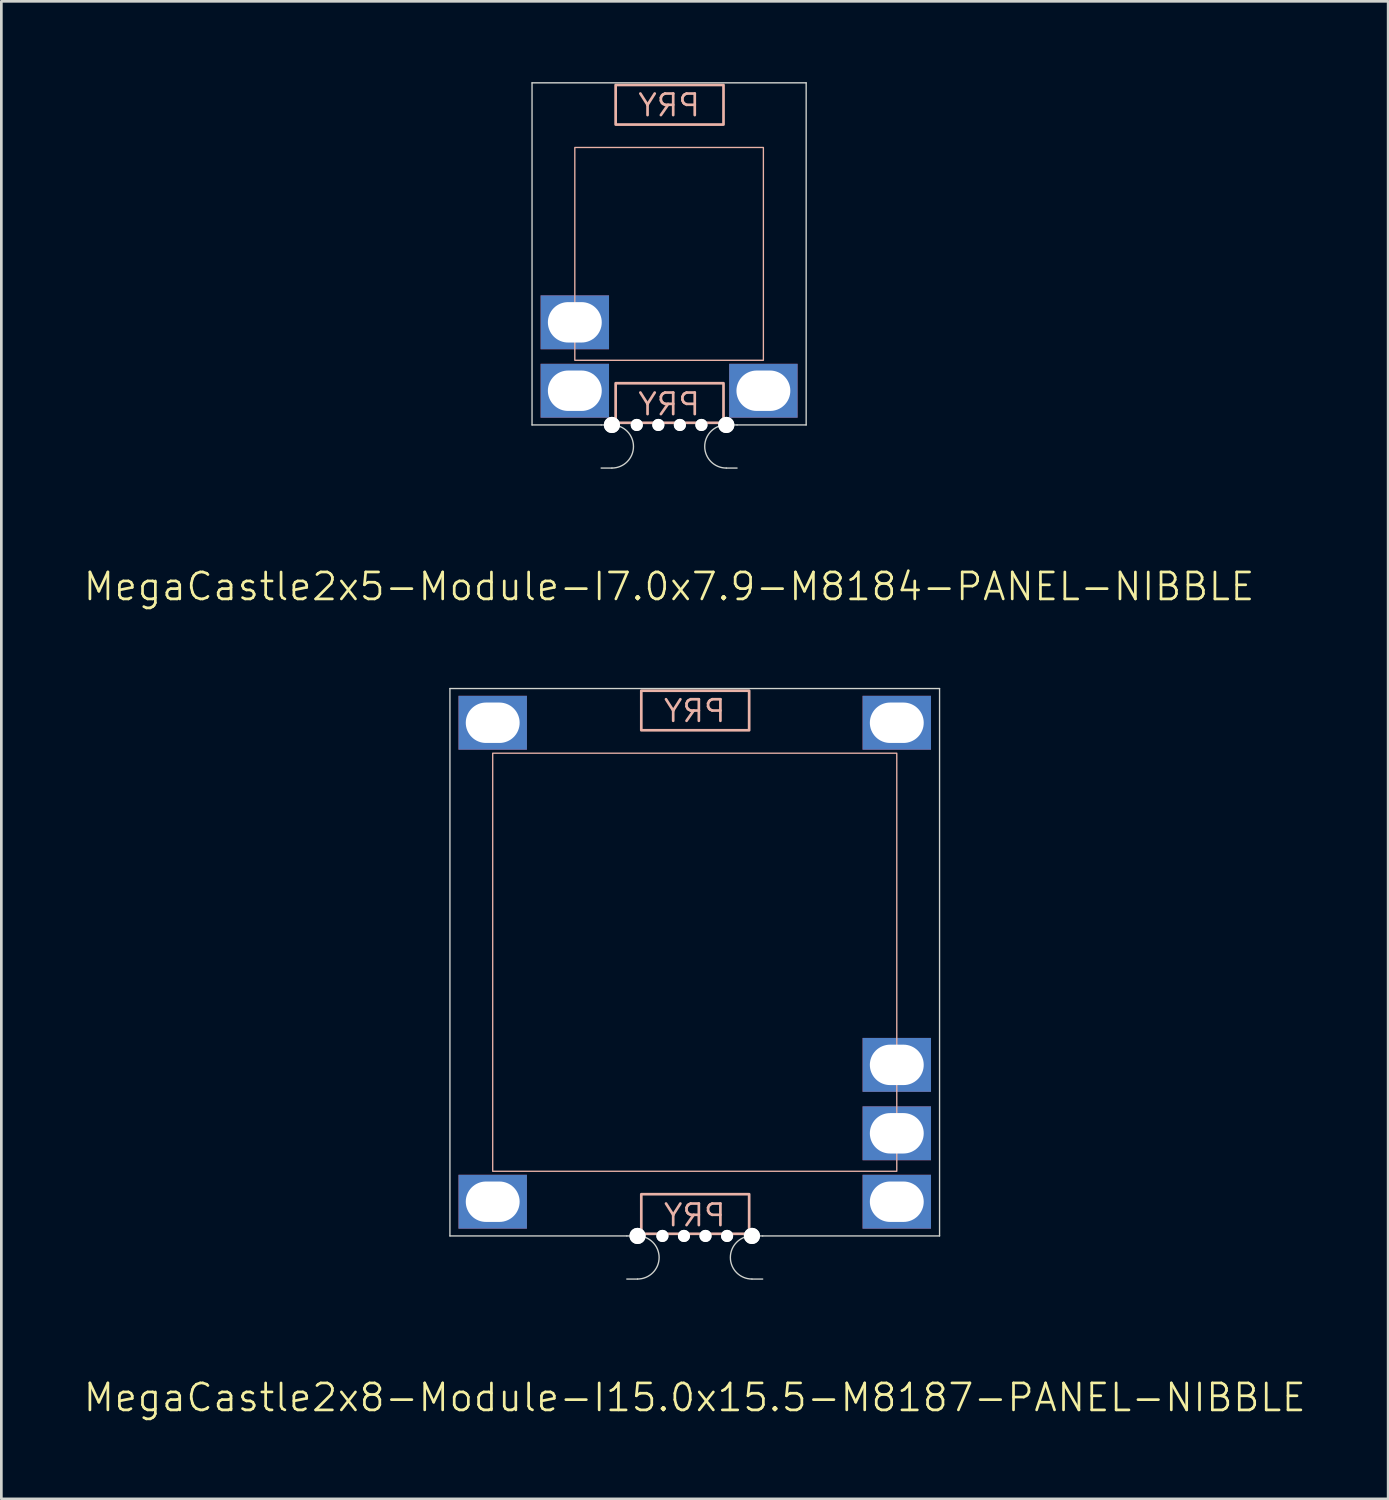
<source format=kicad_pcb>
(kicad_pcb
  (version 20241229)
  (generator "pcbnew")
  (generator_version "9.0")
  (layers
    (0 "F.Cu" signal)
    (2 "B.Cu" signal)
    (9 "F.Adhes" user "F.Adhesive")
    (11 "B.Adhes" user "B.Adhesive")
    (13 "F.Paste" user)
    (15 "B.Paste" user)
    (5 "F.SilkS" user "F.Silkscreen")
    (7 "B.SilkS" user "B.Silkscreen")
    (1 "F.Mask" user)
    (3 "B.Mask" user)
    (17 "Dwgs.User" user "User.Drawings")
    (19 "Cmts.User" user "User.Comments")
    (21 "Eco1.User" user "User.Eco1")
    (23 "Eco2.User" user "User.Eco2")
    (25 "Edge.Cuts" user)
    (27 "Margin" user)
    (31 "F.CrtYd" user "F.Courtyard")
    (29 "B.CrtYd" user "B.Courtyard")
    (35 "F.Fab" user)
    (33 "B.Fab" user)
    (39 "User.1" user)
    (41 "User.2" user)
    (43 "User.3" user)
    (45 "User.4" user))
  (footprint "MegaCastle2x5-Module-I7.0x7.9-M8184-PANEL-NIBBLE"
    (layer "F.Cu")
    (at 21.788 6.375)
    (property "Reference" "MegaCastle2x5-Module-I7.0x7.9-M8184-PANEL-NIBBLE" (at 0 12.35 0) (unlocked yes) (layer "F.SilkS") (effects (font (size 1 1) (thickness 0.1))))
    (attr smd)
    (fp_rect (start -3.5 3.95) (end 3.5 -3.95) (stroke (width 0.05) (type default)) (fill no) (layer "B.SilkS"))
    (fp_rect (start -1.984 -4.801) (end 2.02 -6.27) (stroke (width 0.1) (type default)) (fill no) (layer "B.SilkS"))
    (fp_rect (start -1.984 4.801) (end 2.02 6.27) (stroke (width 0.1) (type default)) (fill no) (layer "B.SilkS"))
    (fp_line (start -5.088 -6.35) (end -5.088 6.35) (stroke (width 0.05) (type default)) (layer "Edge.Cuts"))
    (fp_line (start -5.088 -6.35) (end 5.088 -6.35) (stroke (width 0.05) (type default)) (layer "Edge.Cuts"))
    (fp_line (start -5.088 6.35) (end -2.522 6.35) (stroke (width 0.05) (type default)) (layer "Edge.Cuts"))
    (fp_line (start -2.522 6.35) (end -2.123 6.35) (stroke (width 0.05) (type default)) (layer "Edge.Cuts"))
    (fp_line (start -2.522 7.95) (end -2.123 7.95) (stroke (width 0.05) (type default)) (layer "Edge.Cuts"))
    (fp_line (start 2.522 6.35) (end 2.123 6.35) (stroke (width 0.05) (type default)) (layer "Edge.Cuts"))
    (fp_line (start 2.522 6.35) (end 5.088 6.35) (stroke (width 0.05) (type default)) (layer "Edge.Cuts"))
    (fp_line (start 2.522 7.95) (end 2.123 7.95) (stroke (width 0.05) (type default)) (layer "Edge.Cuts"))
    (fp_line (start 5.088 -6.35) (end 5.088 6.35) (stroke (width 0.05) (type default)) (layer "Edge.Cuts"))
    (fp_arc (start -2.1225 6.35) (mid -1.3225 7.15) (end -2.1225 7.95) (stroke (width 0.05) (type default)) (layer "Edge.Cuts"))
    (fp_arc (start 2.1225 7.95) (mid 1.3225 7.15) (end 2.1225 6.35) (stroke (width 0.05) (type default)) (layer "Edge.Cuts"))
    (fp_text user "PRY" (at 0 6.05 0) (unlocked yes) (layer "B.SilkS") (effects (font (size 0.8 0.8) (thickness 0.1)) (justify bottom mirror)))
    (fp_text user "PRY" (at 0 -5.05 0) (unlocked yes) (layer "B.SilkS") (effects (font (size 0.8 0.8) (thickness 0.1)) (justify bottom mirror)))
    (pad "" np_thru_hole circle (at -2.123 6.35) (size 0.6 0.6) (drill 0.6) (layers "*.Cu" "Edge.Cuts"))
    (pad "" np_thru_hole circle (at -1.2 6.35) (size 0.45 0.45) (drill 0.45) (layers "*.Cu" "Edge.Cuts"))
    (pad "" np_thru_hole circle (at -0.4 6.35) (size 0.45 0.45) (drill 0.45) (layers "*.Cu" "Edge.Cuts"))
    (pad "" np_thru_hole circle (at 0.4 6.35) (size 0.45 0.45) (drill 0.45) (layers "*.Cu" "Edge.Cuts"))
    (pad "" np_thru_hole circle (at 1.2 6.35) (size 0.45 0.45) (drill 0.45) (layers "*.Cu" "Edge.Cuts"))
    (pad "" np_thru_hole circle (at 2.123 6.35) (size 0.6 0.6) (drill 0.6) (layers "*.Cu" "Edge.Cuts"))
    (pad "4" thru_hole rect (at -3.5 2.54) (size 2.54 2) (drill oval 2 1.5) (property pad_prop_castellated) (layers "*.Cu" "*.Mask"))
    (pad "5" thru_hole rect (at -3.5 5.08) (size 2.54 2) (drill oval 2 1.5) (property pad_prop_castellated) (layers "*.Cu" "*.Mask"))
    (pad "10" thru_hole rect (at 3.5 5.08) (size 2.54 2) (drill oval 2 1.5) (property pad_prop_castellated) (layers "*.Cu" "*.Mask"))
    (zone (net_name "") (layer "B.Cu") (hatch edge 0.5) (connect_pads) (min_thickness 0.25) (filled_areas_thickness no) (keepout (tracks allowed) (vias allowed) (pads allowed) (copperpour allowed) (footprints not_allowed)) (placement (enabled no)) (fill) (polygon (pts (xy 18.288 12.725) (xy 18.288 0.025))))
    (zone (net_name "") (layer "B.Cu") (hatch edge 0.5) (connect_pads) (min_thickness 0.25) (filled_areas_thickness no) (keepout (tracks allowed) (vias allowed) (pads allowed) (copperpour allowed) (footprints not_allowed)) (placement (enabled no)) (fill) (polygon (pts (xy 25.288 12.725) (xy 25.288 0.025))))
    (zone (net_name "") (layer "B.Cu") (hatch edge 0.5) (connect_pads) (min_thickness 0.25) (filled_areas_thickness no) (keepout (tracks allowed) (vias allowed) (pads allowed) (copperpour allowed) (footprints not_allowed)) (placement (enabled no)) (fill) (polygon (pts (xy 18.288 0.025) (xy 18.288 2.425) (xy 25.288 2.425) (xy 25.288 0.025))))
    (zone (net_name "") (layer "B.Cu") (hatch edge 0.5) (connect_pads) (min_thickness 0.25) (filled_areas_thickness no) (keepout (tracks allowed) (vias allowed) (pads allowed) (copperpour allowed) (footprints not_allowed)) (placement (enabled no)) (fill) (polygon (pts (xy 18.288 12.725) (xy 18.288 10.325) (xy 25.288 10.325) (xy 25.288 12.725))))
    (zone (net_name "") (layer "B.Cu") (name "Upper Pry Zone") (hatch edge 0.5) (connect_pads) (min_thickness 0.25) (filled_areas_thickness no) (keepout (tracks not_allowed) (vias not_allowed) (pads not_allowed) (copperpour allowed) (footprints not_allowed)) (placement (enabled no)) (fill) (polygon (pts (xy 19.804 1.574) (xy 19.804 0.105) (xy 23.808 0.105) (xy 23.808 1.574))))
    (zone (net_name "") (layer "B.Cu") (name "Upper Pry Zone") (hatch edge 0.5) (connect_pads) (min_thickness 0.25) (filled_areas_thickness no) (keepout (tracks not_allowed) (vias not_allowed) (pads not_allowed) (copperpour allowed) (footprints not_allowed)) (placement (enabled no)) (fill) (polygon (pts (xy 19.804 11.176) (xy 19.804 12.645) (xy 23.808 12.645) (xy 23.808 11.176)))))
  (footprint "MegaCastle2x8-Module-I15.0x15.5-M8187-PANEL-NIBBLE"
    (layer "F.Cu")
    (at 22.74 32.67)
    (property "Reference" "MegaCastle2x8-Module-I15.0x15.5-M8187-PANEL-NIBBLE" (at 0 16.16 0) (unlocked yes) (layer "F.SilkS") (effects (font (size 1 1) (thickness 0.1))))
    (attr smd)
    (fp_rect (start -7.5 7.76) (end 7.5 -7.76) (stroke (width 0.05) (type default)) (fill no) (layer "B.SilkS"))
    (fp_rect (start -1.984 -8.611) (end 2.02 -10.08) (stroke (width 0.1) (type default)) (fill no) (layer "B.SilkS"))
    (fp_rect (start -1.984 8.611) (end 2.02 10.08) (stroke (width 0.1) (type default)) (fill no) (layer "B.SilkS"))
    (fp_line (start -9.088 -10.16) (end -9.088 10.16) (stroke (width 0.05) (type default)) (layer "Edge.Cuts"))
    (fp_line (start -9.088 -10.16) (end 9.088 -10.16) (stroke (width 0.05) (type default)) (layer "Edge.Cuts"))
    (fp_line (start -9.088 10.16) (end -2.522 10.16) (stroke (width 0.05) (type default)) (layer "Edge.Cuts"))
    (fp_line (start -2.522 10.16) (end -2.123 10.16) (stroke (width 0.05) (type default)) (layer "Edge.Cuts"))
    (fp_line (start -2.522 11.76) (end -2.123 11.76) (stroke (width 0.05) (type default)) (layer "Edge.Cuts"))
    (fp_line (start 2.522 10.16) (end 2.123 10.16) (stroke (width 0.05) (type default)) (layer "Edge.Cuts"))
    (fp_line (start 2.522 10.16) (end 9.088 10.16) (stroke (width 0.05) (type default)) (layer "Edge.Cuts"))
    (fp_line (start 2.522 11.76) (end 2.123 11.76) (stroke (width 0.05) (type default)) (layer "Edge.Cuts"))
    (fp_line (start 9.088 -10.16) (end 9.088 10.16) (stroke (width 0.05) (type default)) (layer "Edge.Cuts"))
    (fp_arc (start -2.1225 10.16) (mid -1.3225 10.96) (end -2.1225 11.76) (stroke (width 0.05) (type default)) (layer "Edge.Cuts"))
    (fp_arc (start 2.1225 11.76) (mid 1.3225 10.96) (end 2.1225 10.16) (stroke (width 0.05) (type default)) (layer "Edge.Cuts"))
    (fp_text user "PRY" (at 0 -8.86 0) (unlocked yes) (layer "B.SilkS") (effects (font (size 0.8 0.8) (thickness 0.1)) (justify bottom mirror)))
    (fp_text user "PRY" (at 0 9.86 0) (unlocked yes) (layer "B.SilkS") (effects (font (size 0.8 0.8) (thickness 0.1)) (justify bottom mirror)))
    (pad "" np_thru_hole circle (at -2.123 10.16) (size 0.6 0.6) (drill 0.6) (layers "*.Cu" "Edge.Cuts"))
    (pad "" np_thru_hole circle (at -1.2 10.16) (size 0.45 0.45) (drill 0.45) (layers "*.Cu" "Edge.Cuts"))
    (pad "" np_thru_hole circle (at -0.4 10.16) (size 0.45 0.45) (drill 0.45) (layers "*.Cu" "Edge.Cuts"))
    (pad "" np_thru_hole circle (at 0.4 10.16) (size 0.45 0.45) (drill 0.45) (layers "*.Cu" "Edge.Cuts"))
    (pad "" np_thru_hole circle (at 1.2 10.16) (size 0.45 0.45) (drill 0.45) (layers "*.Cu" "Edge.Cuts"))
    (pad "" np_thru_hole circle (at 2.123 10.16) (size 0.6 0.6) (drill 0.6) (layers "*.Cu" "Edge.Cuts"))
    (pad "1" thru_hole rect (at -7.5 -8.89) (size 2.54 2) (drill oval 2 1.5) (property pad_prop_castellated) (layers "*.Cu" "*.Mask"))
    (pad "8" thru_hole rect (at -7.5 8.89) (size 2.54 2) (drill oval 2 1.5) (property pad_prop_castellated) (layers "*.Cu" "*.Mask"))
    (pad "9" thru_hole rect (at 7.5 -8.89) (size 2.54 2) (drill oval 2 1.5) (property pad_prop_castellated) (layers "*.Cu" "*.Mask"))
    (pad "14" thru_hole rect (at 7.5 3.81) (size 2.54 2) (drill oval 2 1.5) (property pad_prop_castellated) (layers "*.Cu" "*.Mask"))
    (pad "15" thru_hole rect (at 7.5 6.35) (size 2.54 2) (drill oval 2 1.5) (property pad_prop_castellated) (layers "*.Cu" "*.Mask"))
    (pad "16" thru_hole rect (at 7.5 8.89) (size 2.54 2) (drill oval 2 1.5) (property pad_prop_castellated) (layers "*.Cu" "*.Mask"))
    (zone (net_name "") (layer "B.Cu") (hatch edge 0.5) (connect_pads) (min_thickness 0.25) (filled_areas_thickness no) (keepout (tracks allowed) (vias allowed) (pads allowed) (copperpour allowed) (footprints not_allowed)) (placement (enabled no)) (fill) (polygon (pts (xy 15.24 42.831) (xy 15.24 22.511))))
    (zone (net_name "") (layer "B.Cu") (hatch edge 0.5) (connect_pads) (min_thickness 0.25) (filled_areas_thickness no) (keepout (tracks allowed) (vias allowed) (pads allowed) (copperpour allowed) (footprints not_allowed)) (placement (enabled no)) (fill) (polygon (pts (xy 30.24 42.831) (xy 30.24 22.511))))
    (zone (net_name "") (layer "B.Cu") (hatch edge 0.5) (connect_pads) (min_thickness 0.25) (filled_areas_thickness no) (keepout (tracks allowed) (vias allowed) (pads allowed) (copperpour allowed) (footprints not_allowed)) (placement (enabled no)) (fill) (polygon (pts (xy 15.24 22.511) (xy 15.24 24.91) (xy 30.24 24.91) (xy 30.24 22.511))))
    (zone (net_name "") (layer "B.Cu") (hatch edge 0.5) (connect_pads) (min_thickness 0.25) (filled_areas_thickness no) (keepout (tracks allowed) (vias allowed) (pads allowed) (copperpour allowed) (footprints not_allowed)) (placement (enabled no)) (fill) (polygon (pts (xy 15.24 42.831) (xy 15.24 40.431) (xy 30.24 40.431) (xy 30.24 42.831))))
    (zone (net_name "") (layer "B.Cu") (name "Upper Pry Zone") (hatch edge 0.5) (connect_pads) (min_thickness 0.25) (filled_areas_thickness no) (keepout (tracks not_allowed) (vias not_allowed) (pads not_allowed) (copperpour allowed) (footprints not_allowed)) (placement (enabled no)) (fill) (polygon (pts (xy 20.756 24.059) (xy 20.756 22.59) (xy 24.76 22.59) (xy 24.76 24.059))))
    (zone (net_name "") (layer "B.Cu") (name "Upper Pry Zone") (hatch edge 0.5) (connect_pads) (min_thickness 0.25) (filled_areas_thickness no) (keepout (tracks not_allowed) (vias not_allowed) (pads not_allowed) (copperpour allowed) (footprints not_allowed)) (placement (enabled no)) (fill) (polygon (pts (xy 20.756 41.282) (xy 20.756 42.751) (xy 24.76 42.751) (xy 24.76 41.282)))))
  (gr_rect
    (start -3 -3)
    (end 48.481 52.591)
    (stroke (width 0.1) (type default))
    (fill no)
    (layer "Edge.Cuts")))
</source>
